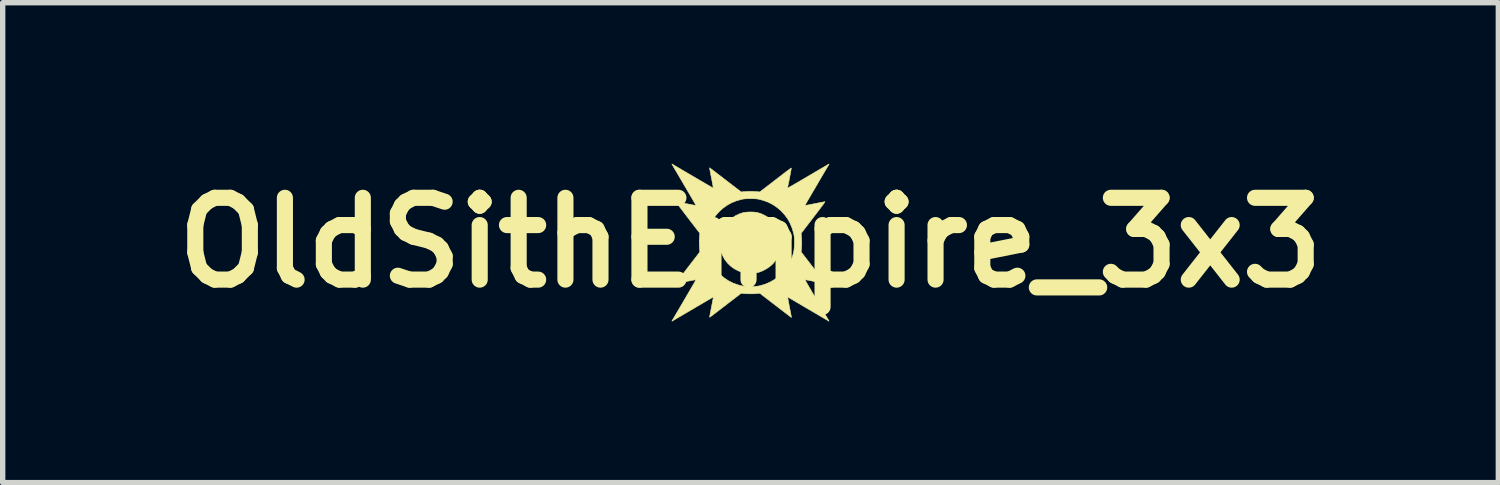
<source format=kicad_pcb>
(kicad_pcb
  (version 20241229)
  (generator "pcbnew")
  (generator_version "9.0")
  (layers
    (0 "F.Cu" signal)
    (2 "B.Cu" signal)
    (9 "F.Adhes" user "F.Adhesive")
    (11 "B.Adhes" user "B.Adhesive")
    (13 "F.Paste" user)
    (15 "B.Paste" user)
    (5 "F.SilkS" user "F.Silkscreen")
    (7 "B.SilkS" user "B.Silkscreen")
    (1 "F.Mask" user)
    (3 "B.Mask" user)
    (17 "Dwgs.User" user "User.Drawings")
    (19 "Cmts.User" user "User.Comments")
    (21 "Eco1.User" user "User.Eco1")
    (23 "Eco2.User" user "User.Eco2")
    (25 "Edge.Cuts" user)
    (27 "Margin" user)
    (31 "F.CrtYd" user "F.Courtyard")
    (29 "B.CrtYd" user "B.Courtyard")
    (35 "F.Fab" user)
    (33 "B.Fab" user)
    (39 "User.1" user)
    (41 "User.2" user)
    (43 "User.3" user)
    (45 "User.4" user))
  (footprint "OldSithEmpire_3x3"
    (layer "F.Cu")
    (at 10.929 1.469)
    (property "Reference" "OldSithEmpire_3x3" (at 0 0 0) (layer "F.SilkS") (effects (font (size 1.524 1.524) (thickness 0.3))))
    (attr through_hole)
    (fp_poly (pts (xy 0.032 -0.57) (xy 0.079 -0.567) (xy 0.121 -0.561) (xy 0.143 -0.556) (xy 0.204 -0.536) (xy 0.265 -0.507) (xy 0.323 -0.473) (xy 0.375 -0.435) (xy 0.389 -0.423) (xy 0.431 -0.378) (xy 0.471 -0.326) (xy 0.506 -0.268) (xy 0.534 -0.208) (xy 0.554 -0.149) (xy 0.555 -0.145) (xy 0.57 -0.066) (xy 0.573 0.014) (xy 0.565 0.094) (xy 0.546 0.171) (xy 0.517 0.246) (xy 0.478 0.316) (xy 0.429 0.381) (xy 0.423 0.388) (xy 0.38 0.429) (xy 0.328 0.468) (xy 0.271 0.503) (xy 0.212 0.532) (xy 0.154 0.553) (xy 0.144 0.556) (xy 0.111 0.562) (xy 0.071 0.567) (xy 0.026 0.57) (xy -0.019 0.571) (xy -0.06 0.57) (xy -0.094 0.566) (xy -0.166 0.55) (xy -0.237 0.522) (xy -0.304 0.485) (xy -0.367 0.44) (xy -0.423 0.387) (xy -0.471 0.327) (xy -0.474 0.323) (xy -0.499 0.281) (xy -0.523 0.233) (xy -0.543 0.184) (xy -0.556 0.143) (xy -0.563 0.108) (xy -0.568 0.065) (xy -0.57 0.016) (xy -0.569 -0.033) (xy -0.567 -0.08) (xy -0.561 -0.122) (xy -0.556 -0.145) (xy -0.542 -0.186) (xy -0.523 -0.232) (xy -0.5 -0.278) (xy -0.476 -0.32) (xy -0.456 -0.349) (xy -0.405 -0.406) (xy -0.346 -0.457) (xy -0.279 -0.501) (xy -0.207 -0.535) (xy -0.145 -0.556) (xy -0.109 -0.563) (xy -0.065 -0.568) (xy -0.017 -0.57) (xy 0.032 -0.57)) (stroke (width 0.01) (type solid)) (fill yes) (layer "F.SilkS"))
    (fp_poly (pts (xy -1.461 -1.464) (xy -1.454 -1.459) (xy -1.437 -1.45) (xy -1.412 -1.435) (xy -1.379 -1.416) (xy -1.34 -1.393) (xy -1.296 -1.367) (xy -1.247 -1.338) (xy -1.194 -1.307) (xy -1.139 -1.275) (xy -1.081 -1.241) (xy -1.023 -1.207) (xy -0.965 -1.173) (xy -0.94 -1.158) (xy -0.891 -1.13) (xy -0.846 -1.103) (xy -0.804 -1.079) (xy -0.768 -1.058) (xy -0.738 -1.041) (xy -0.715 -1.028) (xy -0.7 -1.02) (xy -0.694 -1.017) (xy -0.694 -1.017) (xy -0.694 -1.023) (xy -0.697 -1.04) (xy -0.701 -1.065) (xy -0.707 -1.097) (xy -0.714 -1.135) (xy -0.722 -1.177) (xy -0.724 -1.188) (xy -0.735 -1.243) (xy -0.743 -1.287) (xy -0.75 -1.322) (xy -0.755 -1.349) (xy -0.759 -1.368) (xy -0.761 -1.381) (xy -0.762 -1.389) (xy -0.761 -1.393) (xy -0.76 -1.394) (xy -0.758 -1.393) (xy -0.756 -1.391) (xy -0.756 -1.39) (xy -0.749 -1.385) (xy -0.734 -1.374) (xy -0.712 -1.357) (xy -0.685 -1.336) (xy -0.653 -1.312) (xy -0.618 -1.285) (xy -0.605 -1.275) (xy -0.56 -1.241) (xy -0.509 -1.202) (xy -0.455 -1.16) (xy -0.401 -1.119) (xy -0.351 -1.08) (xy -0.319 -1.056) (xy -0.174 -0.944) (xy -0.118 -0.949) (xy -0.05 -0.953) (xy 0.023 -0.954) (xy 0.093 -0.951) (xy 0.118 -0.949) (xy 0.174 -0.944) (xy 0.346 -1.076) (xy 0.392 -1.111) (xy 0.441 -1.149) (xy 0.491 -1.188) (xy 0.54 -1.225) (xy 0.584 -1.259) (xy 0.623 -1.289) (xy 0.638 -1.301) (xy 0.671 -1.326) (xy 0.7 -1.347) (xy 0.725 -1.366) (xy 0.744 -1.379) (xy 0.757 -1.387) (xy 0.761 -1.389) (xy 0.76 -1.382) (xy 0.757 -1.366) (xy 0.753 -1.341) (xy 0.747 -1.309) (xy 0.741 -1.273) (xy 0.733 -1.234) (xy 0.725 -1.194) (xy 0.718 -1.154) (xy 0.71 -1.116) (xy 0.703 -1.082) (xy 0.699 -1.064) (xy 0.695 -1.043) (xy 0.693 -1.027) (xy 0.693 -1.018) (xy 0.693 -1.018) (xy 0.699 -1.02) (xy 0.713 -1.028) (xy 0.736 -1.041) (xy 0.766 -1.057) (xy 0.803 -1.078) (xy 0.844 -1.102) (xy 0.89 -1.128) (xy 0.938 -1.157) (xy 0.94 -1.158) (xy 0.998 -1.192) (xy 1.056 -1.226) (xy 1.114 -1.26) (xy 1.17 -1.293) (xy 1.224 -1.325) (xy 1.275 -1.355) (xy 1.322 -1.382) (xy 1.363 -1.406) (xy 1.399 -1.427) (xy 1.427 -1.444) (xy 1.448 -1.456) (xy 1.459 -1.463) (xy 1.461 -1.464) (xy 1.464 -1.463) (xy 1.464 -1.461) (xy 1.46 -1.455) (xy 1.451 -1.44) (xy 1.438 -1.417) (xy 1.419 -1.386) (xy 1.397 -1.348) (xy 1.372 -1.306) (xy 1.344 -1.258) (xy 1.314 -1.207) (xy 1.292 -1.17) (xy 1.259 -1.113) (xy 1.226 -1.056) (xy 1.194 -1.002) (xy 1.163 -0.95) (xy 1.135 -0.902) (xy 1.111 -0.86) (xy 1.09 -0.824) (xy 1.074 -0.798) (xy 1.07 -0.79) (xy 1.052 -0.76) (xy 1.038 -0.734) (xy 1.026 -0.713) (xy 1.019 -0.699) (xy 1.017 -0.694) (xy 1.022 -0.694) (xy 1.033 -0.695) (xy 1.052 -0.698) (xy 1.08 -0.703) (xy 1.116 -0.71) (xy 1.162 -0.719) (xy 1.218 -0.73) (xy 1.285 -0.743) (xy 1.322 -0.751) (xy 1.348 -0.755) (xy 1.369 -0.759) (xy 1.383 -0.761) (xy 1.388 -0.761) (xy 1.385 -0.756) (xy 1.376 -0.743) (xy 1.361 -0.721) (xy 1.34 -0.693) (xy 1.315 -0.659) (xy 1.285 -0.619) (xy 1.251 -0.575) (xy 1.215 -0.527) (xy 1.176 -0.476) (xy 1.169 -0.467) (xy 0.944 -0.174) (xy 0.949 -0.118) (xy 0.953 -0.05) (xy 0.954 0.022) (xy 0.951 0.093) (xy 0.949 0.118) (xy 0.944 0.174) (xy 1.053 0.316) (xy 1.087 0.36) (xy 1.126 0.411) (xy 1.167 0.464) (xy 1.208 0.518) (xy 1.247 0.569) (xy 1.278 0.608) (xy 1.305 0.645) (xy 1.331 0.678) (xy 1.352 0.708) (xy 1.37 0.731) (xy 1.382 0.749) (xy 1.388 0.759) (xy 1.389 0.761) (xy 1.383 0.76) (xy 1.371 0.759) (xy 1.349 0.755) (xy 1.319 0.749) (xy 1.28 0.742) (xy 1.231 0.732) (xy 1.171 0.72) (xy 1.101 0.706) (xy 1.082 0.702) (xy 1.056 0.698) (xy 1.036 0.694) (xy 1.022 0.693) (xy 1.018 0.693) (xy 1.02 0.699) (xy 1.027 0.713) (xy 1.04 0.736) (xy 1.056 0.765) (xy 1.076 0.799) (xy 1.098 0.838) (xy 1.117 0.869) (xy 1.152 0.931) (xy 1.189 0.992) (xy 1.225 1.054) (xy 1.26 1.114) (xy 1.295 1.173) (xy 1.327 1.228) (xy 1.357 1.28) (xy 1.385 1.327) (xy 1.409 1.368) (xy 1.43 1.403) (xy 1.446 1.431) (xy 1.457 1.45) (xy 1.463 1.461) (xy 1.464 1.461) (xy 1.463 1.464) (xy 1.461 1.464) (xy 1.455 1.46) (xy 1.44 1.451) (xy 1.417 1.438) (xy 1.386 1.419) (xy 1.348 1.397) (xy 1.305 1.372) (xy 1.258 1.344) (xy 1.206 1.314) (xy 1.167 1.291) (xy 1.111 1.258) (xy 1.056 1.226) (xy 1.003 1.195) (xy 0.953 1.166) (xy 0.909 1.139) (xy 0.87 1.117) (xy 0.838 1.098) (xy 0.815 1.084) (xy 0.806 1.079) (xy 0.779 1.063) (xy 0.753 1.048) (xy 0.732 1.036) (xy 0.718 1.027) (xy 0.716 1.026) (xy 0.703 1.019) (xy 0.695 1.017) (xy 0.694 1.017) (xy 0.694 1.023) (xy 0.697 1.04) (xy 0.701 1.065) (xy 0.707 1.097) (xy 0.714 1.135) (xy 0.722 1.177) (xy 0.724 1.188) (xy 0.735 1.243) (xy 0.743 1.287) (xy 0.75 1.322) (xy 0.755 1.349) (xy 0.759 1.368) (xy 0.761 1.381) (xy 0.762 1.389) (xy 0.761 1.393) (xy 0.76 1.394) (xy 0.758 1.393) (xy 0.756 1.391) (xy 0.756 1.39) (xy 0.749 1.386) (xy 0.735 1.374) (xy 0.713 1.357) (xy 0.684 1.335) (xy 0.649 1.309) (xy 0.61 1.279) (xy 0.567 1.246) (xy 0.522 1.211) (xy 0.514 1.205) (xy 0.466 1.168) (xy 0.419 1.132) (xy 0.374 1.098) (xy 0.333 1.066) (xy 0.297 1.038) (xy 0.266 1.015) (xy 0.243 0.997) (xy 0.228 0.985) (xy 0.175 0.944) (xy 0.118 0.949) (xy 0.05 0.953) (xy -0.023 0.954) (xy -0.094 0.951) (xy -0.118 0.949) (xy -0.174 0.944) (xy -0.316 1.053) (xy -0.36 1.087) (xy -0.411 1.125) (xy -0.464 1.167) (xy -0.518 1.208) (xy -0.569 1.247) (xy -0.608 1.277) (xy -0.645 1.305) (xy -0.678 1.331) (xy -0.708 1.353) (xy -0.732 1.371) (xy -0.749 1.383) (xy -0.759 1.39) (xy -0.761 1.391) (xy -0.761 1.385) (xy -0.759 1.369) (xy -0.755 1.347) (xy -0.751 1.325) (xy -0.746 1.299) (xy -0.739 1.264) (xy -0.731 1.223) (xy -0.723 1.181) (xy -0.715 1.141) (xy -0.708 1.104) (xy -0.702 1.072) (xy -0.697 1.046) (xy -0.694 1.027) (xy -0.694 1.018) (xy -0.694 1.017) (xy -0.7 1.018) (xy -0.712 1.024) (xy -0.716 1.026) (xy -0.728 1.034) (xy -0.748 1.045) (xy -0.773 1.06) (xy -0.801 1.076) (xy -0.806 1.079) (xy -0.825 1.09) (xy -0.853 1.106) (xy -0.888 1.127) (xy -0.93 1.152) (xy -0.977 1.179) (xy -1.028 1.209) (xy -1.082 1.241) (xy -1.138 1.274) (xy -1.167 1.291) (xy -1.22 1.322) (xy -1.271 1.352) (xy -1.317 1.379) (xy -1.359 1.403) (xy -1.394 1.424) (xy -1.424 1.442) (xy -1.445 1.454) (xy -1.458 1.462) (xy -1.461 1.464) (xy -1.464 1.463) (xy -1.464 1.461) (xy -1.459 1.453) (xy -1.449 1.435) (xy -1.433 1.409) (xy -1.414 1.376) (xy -1.39 1.335) (xy -1.363 1.289) (xy -1.333 1.239) (xy -1.301 1.184) (xy -1.267 1.126) (xy -1.232 1.066) (xy -1.196 1.005) (xy -1.16 0.943) (xy -1.124 0.881) (xy -1.117 0.869) (xy -1.093 0.828) (xy -1.071 0.791) (xy -1.052 0.758) (xy -1.037 0.73) (xy -1.025 0.709) (xy -1.019 0.697) (xy -1.018 0.693) (xy -1.024 0.693) (xy -1.04 0.695) (xy -1.062 0.699) (xy -1.082 0.702) (xy -1.155 0.717) (xy -1.217 0.729) (xy -1.269 0.74) (xy -1.311 0.748) (xy -1.343 0.754) (xy -1.366 0.758) (xy -1.381 0.76) (xy -1.388 0.761) (xy -1.389 0.761) (xy -1.386 0.756) (xy -1.377 0.742) (xy -1.361 0.721) (xy -1.34 0.693) (xy -1.315 0.659) (xy -1.285 0.619) (xy -1.252 0.575) (xy -1.215 0.527) (xy -1.176 0.476) (xy -1.169 0.467) (xy -0.944 0.174) (xy -0.949 0.118) (xy -0.953 0.05) (xy -0.953 0) (xy -0.818 0) (xy -0.817 0.062) (xy -0.813 0.116) (xy -0.806 0.165) (xy -0.795 0.212) (xy -0.78 0.261) (xy -0.773 0.279) (xy -0.734 0.368) (xy -0.686 0.451) (xy -0.628 0.528) (xy -0.562 0.597) (xy -0.489 0.658) (xy -0.41 0.711) (xy -0.324 0.754) (xy -0.233 0.787) (xy -0.174 0.803) (xy -0.146 0.809) (xy -0.123 0.813) (xy -0.102 0.816) (xy -0.081 0.818) (xy -0.057 0.819) (xy -0.028 0.819) (xy 0.01 0.818) (xy 0.021 0.818) (xy 0.063 0.817) (xy 0.098 0.815) (xy 0.127 0.812) (xy 0.153 0.808) (xy 0.181 0.802) (xy 0.184 0.801) (xy 0.278 0.773) (xy 0.367 0.734) (xy 0.451 0.686) (xy 0.527 0.629) (xy 0.597 0.563) (xy 0.659 0.49) (xy 0.712 0.409) (xy 0.756 0.322) (xy 0.773 0.279) (xy 0.79 0.228) (xy 0.803 0.181) (xy 0.811 0.133) (xy 0.816 0.081) (xy 0.818 0.022) (xy 0.818 0) (xy 0.818 -0.042) (xy 0.817 -0.075) (xy 0.816 -0.102) (xy 0.813 -0.125) (xy 0.809 -0.148) (xy 0.804 -0.171) (xy 0.776 -0.268) (xy 0.739 -0.358) (xy 0.692 -0.443) (xy 0.635 -0.52) (xy 0.571 -0.59) (xy 0.499 -0.652) (xy 0.42 -0.706) (xy 0.334 -0.751) (xy 0.242 -0.785) (xy 0.171 -0.804) (xy 0.146 -0.81) (xy 0.123 -0.813) (xy 0.099 -0.816) (xy 0.071 -0.817) (xy 0.036 -0.818) (xy 0 -0.818) (xy -0.042 -0.818) (xy -0.075 -0.817) (xy -0.103 -0.815) (xy -0.126 -0.813) (xy -0.149 -0.809) (xy -0.171 -0.804) (xy -0.266 -0.777) (xy -0.355 -0.741) (xy -0.439 -0.694) (xy -0.517 -0.637) (xy -0.57 -0.59) (xy -0.637 -0.517) (xy -0.694 -0.439) (xy -0.741 -0.355) (xy -0.778 -0.264) (xy -0.804 -0.171) (xy -0.81 -0.146) (xy -0.813 -0.123) (xy -0.816 -0.099) (xy -0.817 -0.071) (xy -0.818 -0.036) (xy -0.818 0) (xy -0.953 0) (xy -0.954 -0.023) (xy -0.951 -0.093) (xy -0.949 -0.118) (xy -0.944 -0.174) (xy -1.169 -0.467) (xy -1.208 -0.518) (xy -1.245 -0.567) (xy -1.279 -0.612) (xy -1.31 -0.652) (xy -1.336 -0.687) (xy -1.358 -0.717) (xy -1.374 -0.739) (xy -1.384 -0.754) (xy -1.388 -0.761) (xy -1.388 -0.761) (xy -1.38 -0.761) (xy -1.364 -0.758) (xy -1.341 -0.754) (xy -1.322 -0.751) (xy -1.25 -0.736) (xy -1.188 -0.724) (xy -1.137 -0.714) (xy -1.096 -0.706) (xy -1.064 -0.7) (xy -1.041 -0.696) (xy -1.026 -0.694) (xy -1.019 -0.693) (xy -1.018 -0.694) (xy -1.02 -0.699) (xy -1.027 -0.713) (xy -1.038 -0.735) (xy -1.054 -0.762) (xy -1.071 -0.792) (xy -1.077 -0.801) (xy -1.11 -0.859) (xy -1.142 -0.914) (xy -1.174 -0.967) (xy -1.206 -1.022) (xy -1.24 -1.08) (xy -1.276 -1.142) (xy -1.317 -1.211) (xy -1.351 -1.27) (xy -1.376 -1.313) (xy -1.4 -1.352) (xy -1.42 -1.387) (xy -1.438 -1.417) (xy -1.451 -1.44) (xy -1.46 -1.455) (xy -1.464 -1.461) (xy -1.463 -1.464) (xy -1.461 -1.464)) (stroke (width 0.01) (type solid)) (fill yes) (layer "F.SilkS")))
  (gr_rect
    (start -3 -3)
    (end 24.859 5.939)
    (stroke (width 0.1) (type default))
    (fill no)
    (layer "Edge.Cuts")))
</source>
